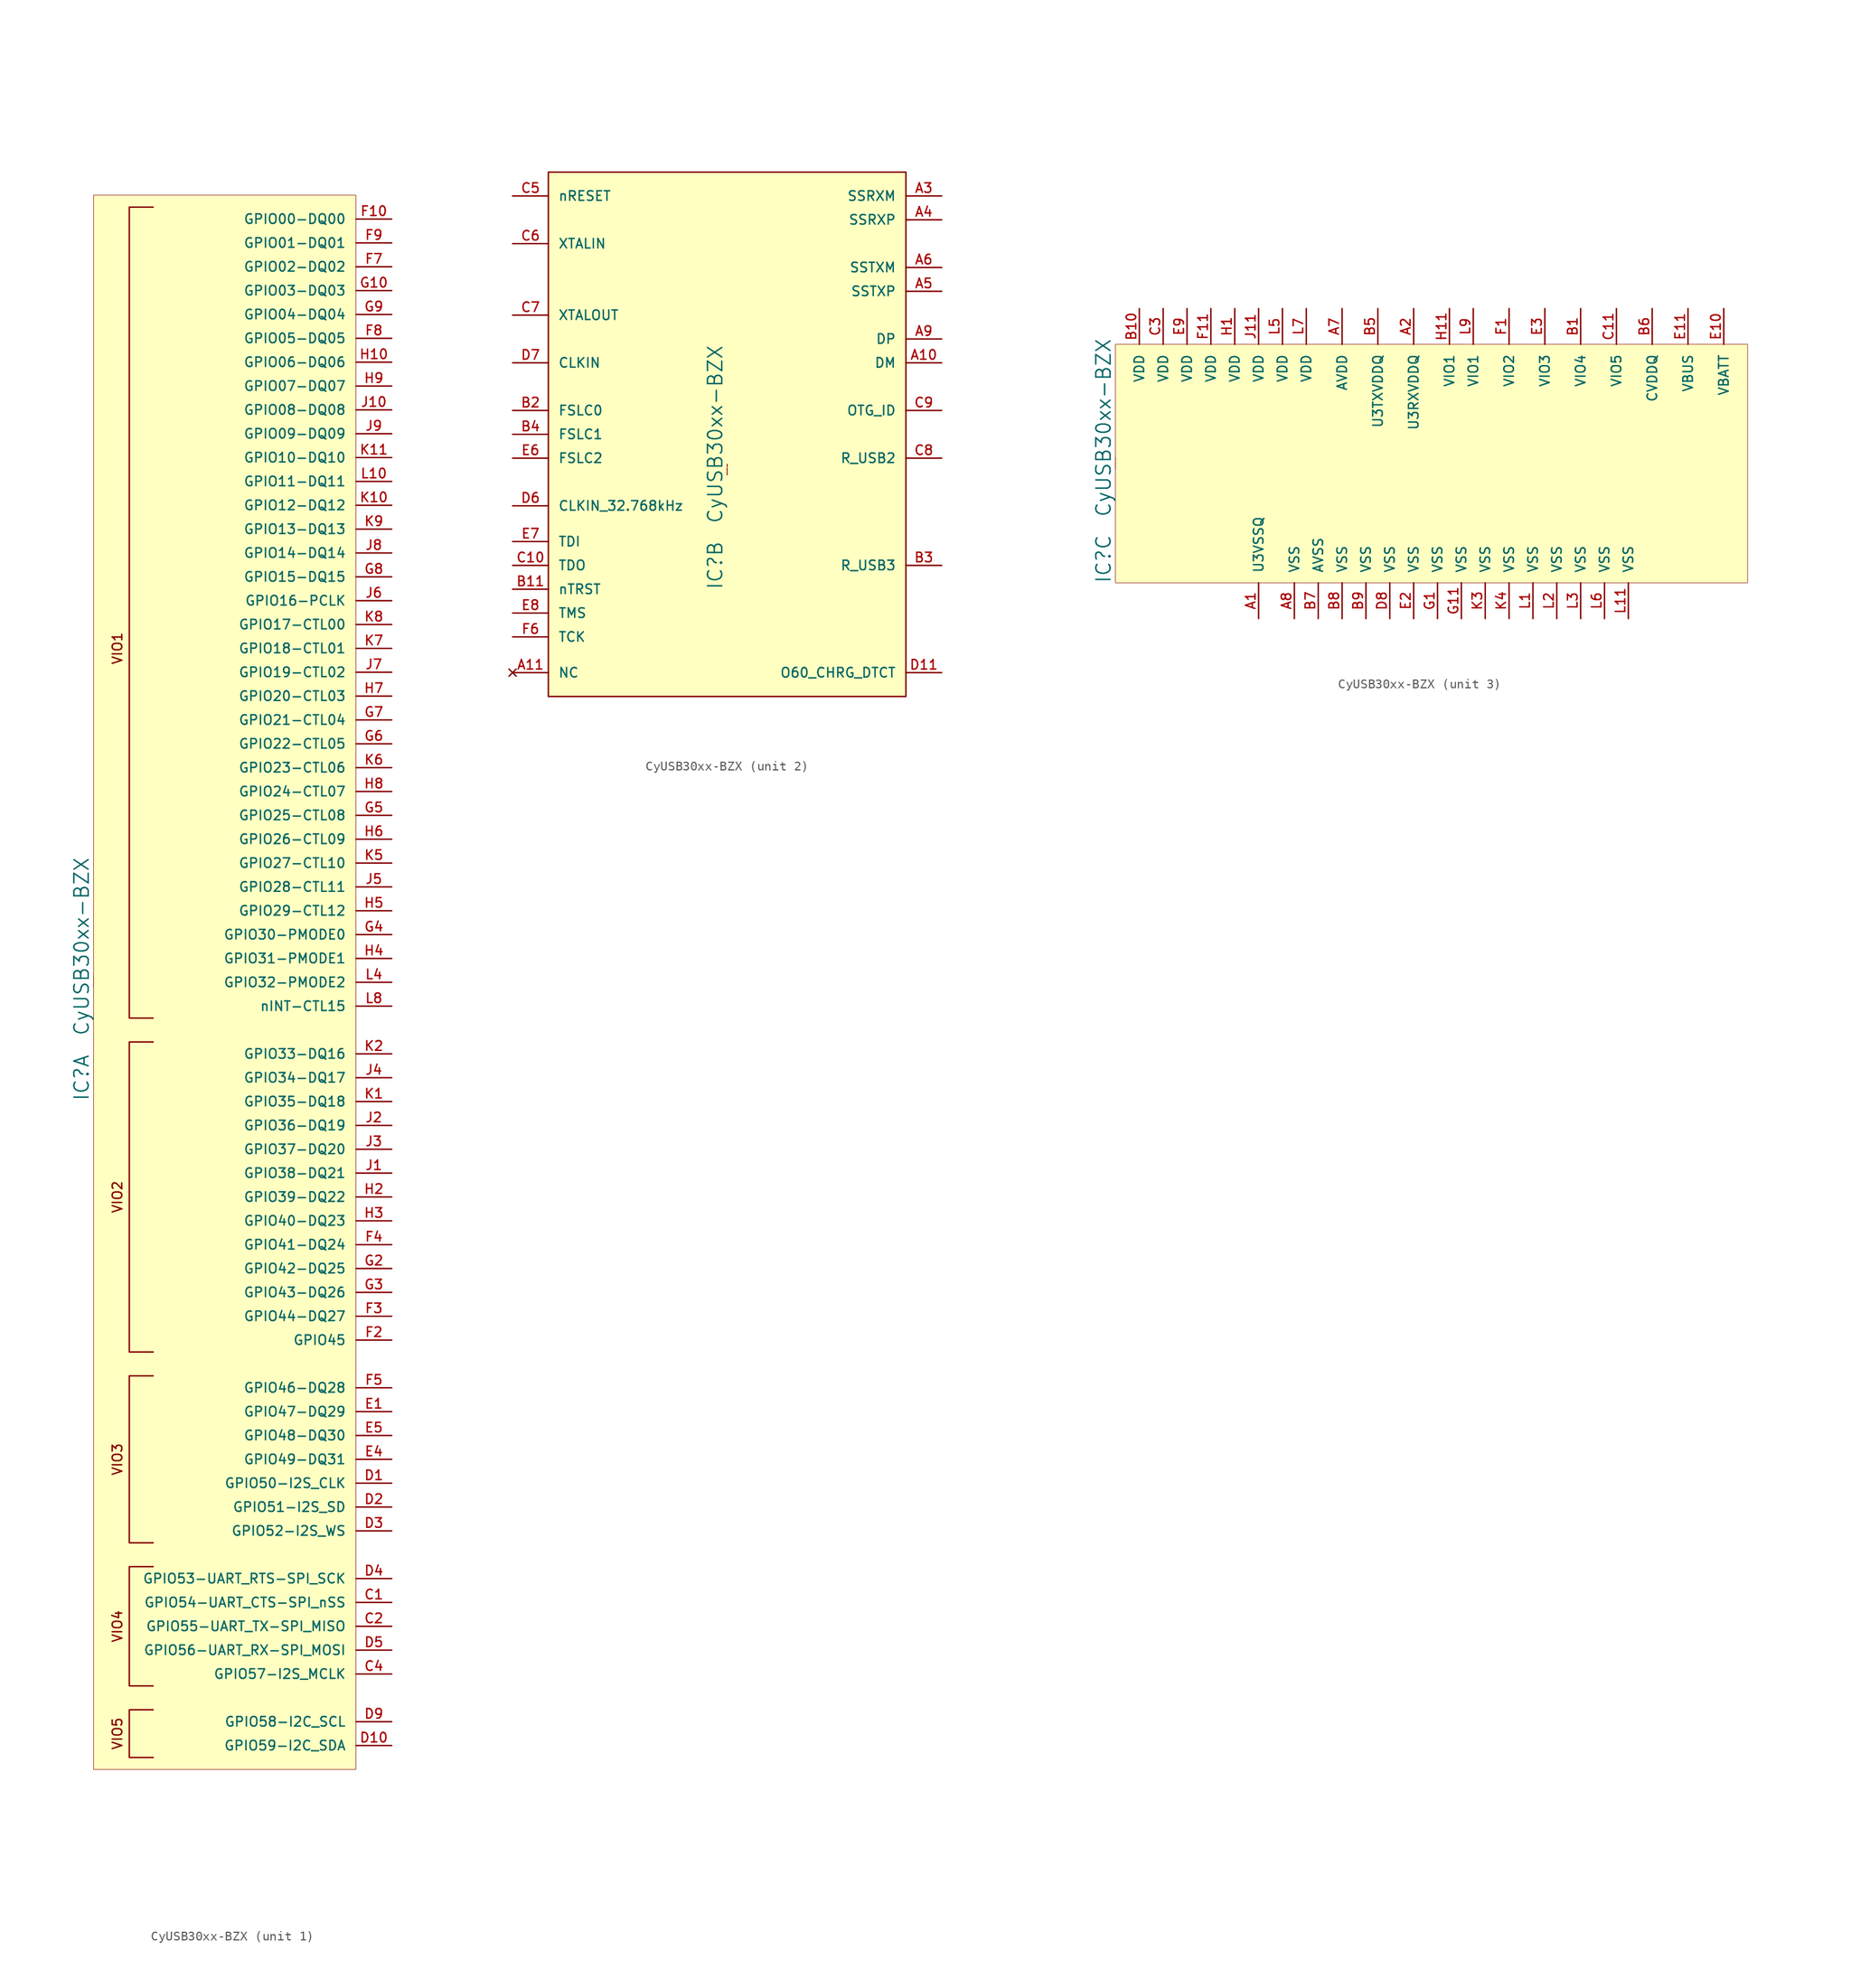
<source format=kicad_sym>
(kicad_symbol_lib
  (version 20231120)
  (generator "kicad_symbol_editor")
  (generator_version "8.0")
  (symbol "CyUSB30xx-BZX"
    (pin_names
      (offset 1.016))
    (property "Reference" "IC"
      (at -1.27 -10.16 90)
      (effects (font (size 1.524 1.524))))
    (property "Value" "CyUSB30xx-BZX"
      (at -1.27 3.81 90)
      (effects (font (size 1.524 1.524))))
    (property "Footprint" ""
      (at 10.16 39.37 0)
      (effects (font (size 1.524 1.524))))
    (property "Datasheet" ""
      (at 10.16 39.37 0)
      (effects (font (size 1.524 1.524))))
    (symbol "CyUSB30xx-BZX_0_0"
      (text "Schematic Symbol Drawn By Opendous Inc. www.opendous.org" (at 0 0.051 900) (effects (font (size 0.025 0.025)))))
    (symbol "CyUSB30xx-BZX_1_0"
      (polyline (pts (xy 6.35 -77.47) (xy 3.81 -77.47) (xy 3.81 -82.55) (xy 6.35 -82.55)) (stroke (width 0.152) (type solid)) (fill (type none)))
      (polyline (pts (xy 6.35 -62.23) (xy 3.81 -62.23) (xy 3.81 -74.93) (xy 6.35 -74.93)) (stroke (width 0) (type solid)) (fill (type none)))
      (polyline (pts (xy 6.35 -59.69) (xy 3.81 -59.69) (xy 3.81 -41.91) (xy 6.35 -41.91)) (stroke (width 0) (type solid)) (fill (type none)))
      (polyline (pts (xy 6.35 -39.37) (xy 3.81 -39.37) (xy 3.81 -6.35) (xy 6.35 -6.35)) (stroke (width 0) (type solid)) (fill (type none)))
      (polyline (pts (xy 6.35 -3.81) (xy 3.81 -3.81) (xy 3.81 82.55) (xy 6.35 82.55)) (stroke (width 0) (type solid)) (fill (type none)))
      (text "VIO1" (at 2.54 35.56 900) (effects (font (size 1.016 1.016))))
      (text "VIO2" (at 2.54 -22.86 900) (effects (font (size 1.016 1.016))))
      (text "VIO3" (at 2.54 -50.8 900) (effects (font (size 1.016 1.016))))
      (text "VIO4" (at 2.54 -68.58 900) (effects (font (size 1.016 1.016))))
      (text "VIO5" (at 2.54 -80.01 900) (effects (font (size 1.016 1.016)))))
    (symbol "CyUSB30xx-BZX_1_1"
      (rectangle (start 27.94 83.82) (end 0 -83.82) (stroke (width 0.051) (type solid)) (fill (type background)))
      (pin bidirectional line (at 31.75 -66.04 180) (length 3.81) (name "GPIO54-UART_CTS-SPI_nSS" (effects (font (size 1.016 1.016)))) (number "C1" (effects (font (size 1.016 1.016)))))
      (pin bidirectional line (at 31.75 -68.58 180) (length 3.81) (name "GPIO55-UART_TX-SPI_MISO" (effects (font (size 1.016 1.016)))) (number "C2" (effects (font (size 1.016 1.016)))))
      (pin bidirectional line (at 31.75 -73.66 180) (length 3.81) (name "GPIO57-I2S_MCLK" (effects (font (size 1.016 1.016)))) (number "C4" (effects (font (size 1.016 1.016)))))
      (pin bidirectional line (at 31.75 -53.34 180) (length 3.81) (name "GPIO50-I2S_CLK" (effects (font (size 1.016 1.016)))) (number "D1" (effects (font (size 1.016 1.016)))))
      (pin bidirectional line (at 31.75 -81.28 180) (length 3.81) (name "GPIO59-I2C_SDA" (effects (font (size 1.016 1.016)))) (number "D10" (effects (font (size 1.016 1.016)))))
      (pin bidirectional line (at 31.75 -55.88 180) (length 3.81) (name "GPIO51-I2S_SD" (effects (font (size 1.016 1.016)))) (number "D2" (effects (font (size 1.016 1.016)))))
      (pin bidirectional line (at 31.75 -58.42 180) (length 3.81) (name "GPIO52-I2S_WS" (effects (font (size 1.016 1.016)))) (number "D3" (effects (font (size 1.016 1.016)))))
      (pin bidirectional line (at 31.75 -63.5 180) (length 3.81) (name "GPIO53-UART_RTS-SPI_SCK" (effects (font (size 1.016 1.016)))) (number "D4" (effects (font (size 1.016 1.016)))))
      (pin bidirectional line (at 31.75 -71.12 180) (length 3.81) (name "GPIO56-UART_RX-SPI_MOSI" (effects (font (size 1.016 1.016)))) (number "D5" (effects (font (size 1.016 1.016)))))
      (pin bidirectional line (at 31.75 -78.74 180) (length 3.81) (name "GPIO58-I2C_SCL" (effects (font (size 1.016 1.016)))) (number "D9" (effects (font (size 1.016 1.016)))))
      (pin bidirectional line (at 31.75 -45.72 180) (length 3.81) (name "GPIO47-DQ29" (effects (font (size 1.016 1.016)))) (number "E1" (effects (font (size 1.016 1.016)))))
      (pin bidirectional line (at 31.75 -50.8 180) (length 3.81) (name "GPIO49-DQ31" (effects (font (size 1.016 1.016)))) (number "E4" (effects (font (size 1.016 1.016)))))
      (pin bidirectional line (at 31.75 -48.26 180) (length 3.81) (name "GPIO48-DQ30" (effects (font (size 1.016 1.016)))) (number "E5" (effects (font (size 1.016 1.016)))))
      (pin bidirectional line (at 31.75 81.28 180) (length 3.81) (name "GPIO00-DQ00" (effects (font (size 1.016 1.016)))) (number "F10" (effects (font (size 1.016 1.016)))))
      (pin bidirectional line (at 31.75 -38.1 180) (length 3.81) (name "GPIO45" (effects (font (size 1.016 1.016)))) (number "F2" (effects (font (size 1.016 1.016)))))
      (pin bidirectional line (at 31.75 -35.56 180) (length 3.81) (name "GPIO44-DQ27" (effects (font (size 1.016 1.016)))) (number "F3" (effects (font (size 1.016 1.016)))))
      (pin bidirectional line (at 31.75 -27.94 180) (length 3.81) (name "GPIO41-DQ24" (effects (font (size 1.016 1.016)))) (number "F4" (effects (font (size 1.016 1.016)))))
      (pin bidirectional line (at 31.75 -43.18 180) (length 3.81) (name "GPIO46-DQ28" (effects (font (size 1.016 1.016)))) (number "F5" (effects (font (size 1.016 1.016)))))
      (pin bidirectional line (at 31.75 76.2 180) (length 3.81) (name "GPIO02-DQ02" (effects (font (size 1.016 1.016)))) (number "F7" (effects (font (size 1.016 1.016)))))
      (pin bidirectional line (at 31.75 68.58 180) (length 3.81) (name "GPIO05-DQ05" (effects (font (size 1.016 1.016)))) (number "F8" (effects (font (size 1.016 1.016)))))
      (pin bidirectional line (at 31.75 78.74 180) (length 3.81) (name "GPIO01-DQ01" (effects (font (size 1.016 1.016)))) (number "F9" (effects (font (size 1.016 1.016)))))
      (pin bidirectional line (at 31.75 73.66 180) (length 3.81) (name "GPIO03-DQ03" (effects (font (size 1.016 1.016)))) (number "G10" (effects (font (size 1.016 1.016)))))
      (pin bidirectional line (at 31.75 -30.48 180) (length 3.81) (name "GPIO42-DQ25" (effects (font (size 1.016 1.016)))) (number "G2" (effects (font (size 1.016 1.016)))))
      (pin bidirectional line (at 31.75 -33.02 180) (length 3.81) (name "GPIO43-DQ26" (effects (font (size 1.016 1.016)))) (number "G3" (effects (font (size 1.016 1.016)))))
      (pin bidirectional line (at 31.75 5.08 180) (length 3.81) (name "GPIO30-PMODE0" (effects (font (size 1.016 1.016)))) (number "G4" (effects (font (size 1.016 1.016)))))
      (pin bidirectional line (at 31.75 17.78 180) (length 3.81) (name "GPIO25-CTL08" (effects (font (size 1.016 1.016)))) (number "G5" (effects (font (size 1.016 1.016)))))
      (pin bidirectional line (at 31.75 25.4 180) (length 3.81) (name "GPIO22-CTL05" (effects (font (size 1.016 1.016)))) (number "G6" (effects (font (size 1.016 1.016)))))
      (pin bidirectional line (at 31.75 27.94 180) (length 3.81) (name "GPIO21-CTL04" (effects (font (size 1.016 1.016)))) (number "G7" (effects (font (size 1.016 1.016)))))
      (pin bidirectional line (at 31.75 43.18 180) (length 3.81) (name "GPIO15-DQ15" (effects (font (size 1.016 1.016)))) (number "G8" (effects (font (size 1.016 1.016)))))
      (pin bidirectional line (at 31.75 71.12 180) (length 3.81) (name "GPIO04-DQ04" (effects (font (size 1.016 1.016)))) (number "G9" (effects (font (size 1.016 1.016)))))
      (pin bidirectional line (at 31.75 66.04 180) (length 3.81) (name "GPIO06-DQ06" (effects (font (size 1.016 1.016)))) (number "H10" (effects (font (size 1.016 1.016)))))
      (pin bidirectional line (at 31.75 -22.86 180) (length 3.81) (name "GPIO39-DQ22" (effects (font (size 1.016 1.016)))) (number "H2" (effects (font (size 1.016 1.016)))))
      (pin bidirectional line (at 31.75 -25.4 180) (length 3.81) (name "GPIO40-DQ23" (effects (font (size 1.016 1.016)))) (number "H3" (effects (font (size 1.016 1.016)))))
      (pin bidirectional line (at 31.75 2.54 180) (length 3.81) (name "GPIO31-PMODE1" (effects (font (size 1.016 1.016)))) (number "H4" (effects (font (size 1.016 1.016)))))
      (pin bidirectional line (at 31.75 7.62 180) (length 3.81) (name "GPIO29-CTL12" (effects (font (size 1.016 1.016)))) (number "H5" (effects (font (size 1.016 1.016)))))
      (pin bidirectional line (at 31.75 15.24 180) (length 3.81) (name "GPIO26-CTL09" (effects (font (size 1.016 1.016)))) (number "H6" (effects (font (size 1.016 1.016)))))
      (pin bidirectional line (at 31.75 30.48 180) (length 3.81) (name "GPIO20-CTL03" (effects (font (size 1.016 1.016)))) (number "H7" (effects (font (size 1.016 1.016)))))
      (pin bidirectional line (at 31.75 20.32 180) (length 3.81) (name "GPIO24-CTL07" (effects (font (size 1.016 1.016)))) (number "H8" (effects (font (size 1.016 1.016)))))
      (pin bidirectional line (at 31.75 63.5 180) (length 3.81) (name "GPIO07-DQ07" (effects (font (size 1.016 1.016)))) (number "H9" (effects (font (size 1.016 1.016)))))
      (pin bidirectional line (at 31.75 -20.32 180) (length 3.81) (name "GPIO38-DQ21" (effects (font (size 1.016 1.016)))) (number "J1" (effects (font (size 1.016 1.016)))))
      (pin bidirectional line (at 31.75 60.96 180) (length 3.81) (name "GPIO08-DQ08" (effects (font (size 1.016 1.016)))) (number "J10" (effects (font (size 1.016 1.016)))))
      (pin bidirectional line (at 31.75 -15.24 180) (length 3.81) (name "GPIO36-DQ19" (effects (font (size 1.016 1.016)))) (number "J2" (effects (font (size 1.016 1.016)))))
      (pin bidirectional line (at 31.75 -17.78 180) (length 3.81) (name "GPIO37-DQ20" (effects (font (size 1.016 1.016)))) (number "J3" (effects (font (size 1.016 1.016)))))
      (pin bidirectional line (at 31.75 -10.16 180) (length 3.81) (name "GPIO34-DQ17" (effects (font (size 1.016 1.016)))) (number "J4" (effects (font (size 1.016 1.016)))))
      (pin bidirectional line (at 31.75 10.16 180) (length 3.81) (name "GPIO28-CTL11" (effects (font (size 1.016 1.016)))) (number "J5" (effects (font (size 1.016 1.016)))))
      (pin bidirectional line (at 31.75 40.64 180) (length 3.81) (name "GPIO16-PCLK" (effects (font (size 1.016 1.016)))) (number "J6" (effects (font (size 1.016 1.016)))))
      (pin bidirectional line (at 31.75 33.02 180) (length 3.81) (name "GPIO19-CTL02" (effects (font (size 1.016 1.016)))) (number "J7" (effects (font (size 1.016 1.016)))))
      (pin bidirectional line (at 31.75 45.72 180) (length 3.81) (name "GPIO14-DQ14" (effects (font (size 1.016 1.016)))) (number "J8" (effects (font (size 1.016 1.016)))))
      (pin bidirectional line (at 31.75 58.42 180) (length 3.81) (name "GPIO09-DQ09" (effects (font (size 1.016 1.016)))) (number "J9" (effects (font (size 1.016 1.016)))))
      (pin bidirectional line (at 31.75 -12.7 180) (length 3.81) (name "GPIO35-DQ18" (effects (font (size 1.016 1.016)))) (number "K1" (effects (font (size 1.016 1.016)))))
      (pin bidirectional line (at 31.75 50.8 180) (length 3.81) (name "GPIO12-DQ12" (effects (font (size 1.016 1.016)))) (number "K10" (effects (font (size 1.016 1.016)))))
      (pin bidirectional line (at 31.75 55.88 180) (length 3.81) (name "GPIO10-DQ10" (effects (font (size 1.016 1.016)))) (number "K11" (effects (font (size 1.016 1.016)))))
      (pin bidirectional line (at 31.75 -7.62 180) (length 3.81) (name "GPIO33-DQ16" (effects (font (size 1.016 1.016)))) (number "K2" (effects (font (size 1.016 1.016)))))
      (pin bidirectional line (at 31.75 12.7 180) (length 3.81) (name "GPIO27-CTL10" (effects (font (size 1.016 1.016)))) (number "K5" (effects (font (size 1.016 1.016)))))
      (pin bidirectional line (at 31.75 22.86 180) (length 3.81) (name "GPIO23-CTL06" (effects (font (size 1.016 1.016)))) (number "K6" (effects (font (size 1.016 1.016)))))
      (pin bidirectional line (at 31.75 35.56 180) (length 3.81) (name "GPIO18-CTL01" (effects (font (size 1.016 1.016)))) (number "K7" (effects (font (size 1.016 1.016)))))
      (pin bidirectional line (at 31.75 38.1 180) (length 3.81) (name "GPIO17-CTL00" (effects (font (size 1.016 1.016)))) (number "K8" (effects (font (size 1.016 1.016)))))
      (pin bidirectional line (at 31.75 48.26 180) (length 3.81) (name "GPIO13-DQ13" (effects (font (size 1.016 1.016)))) (number "K9" (effects (font (size 1.016 1.016)))))
      (pin bidirectional line (at 31.75 53.34 180) (length 3.81) (name "GPIO11-DQ11" (effects (font (size 1.016 1.016)))) (number "L10" (effects (font (size 1.016 1.016)))))
      (pin bidirectional line (at 31.75 0 180) (length 3.81) (name "GPIO32-PMODE2" (effects (font (size 1.016 1.016)))) (number "L4" (effects (font (size 1.016 1.016)))))
      (pin bidirectional line (at 31.75 -2.54 180) (length 3.81) (name "nINT-CTL15" (effects (font (size 1.016 1.016)))) (number "L8" (effects (font (size 1.016 1.016))))))
    (symbol "CyUSB30xx-BZX_2_0"
      (rectangle (start 19.05 31.75) (end -19.05 -24.13) (stroke (width 0.152) (type solid)) (fill (type background))))
    (symbol "CyUSB30xx-BZX_2_1"
      (pin bidirectional line (at 22.86 11.43 180) (length 3.81) (name "DM" (effects (font (size 1.016 1.016)))) (number "A10" (effects (font (size 1.016 1.016)))))
      (pin no_connect line (at -22.86 -21.59 0) (length 3.81) (name "NC" (effects (font (size 1.016 1.016)))) (number "A11" (effects (font (size 1.016 1.016)))))
      (pin input line (at 22.86 29.21 180) (length 3.81) (name "SSRXM" (effects (font (size 1.016 1.016)))) (number "A3" (effects (font (size 1.016 1.016)))))
      (pin input line (at 22.86 26.67 180) (length 3.81) (name "SSRXP" (effects (font (size 1.016 1.016)))) (number "A4" (effects (font (size 1.016 1.016)))))
      (pin output line (at 22.86 19.05 180) (length 3.81) (name "SSTXP" (effects (font (size 1.016 1.016)))) (number "A5" (effects (font (size 1.016 1.016)))))
      (pin output line (at 22.86 21.59 180) (length 3.81) (name "SSTXM" (effects (font (size 1.016 1.016)))) (number "A6" (effects (font (size 1.016 1.016)))))
      (pin bidirectional line (at 22.86 13.97 180) (length 3.81) (name "DP" (effects (font (size 1.016 1.016)))) (number "A9" (effects (font (size 1.016 1.016)))))
      (pin input line (at -22.86 -12.7 0) (length 3.81) (name "nTRST" (effects (font (size 1.016 1.016)))) (number "B11" (effects (font (size 1.016 1.016)))))
      (pin input line (at -22.86 6.35 0) (length 3.81) (name "FSLC0" (effects (font (size 1.016 1.016)))) (number "B2" (effects (font (size 1.016 1.016)))))
      (pin passive line (at 22.86 -10.16 180) (length 3.81) (name "R_USB3" (effects (font (size 1.016 1.016)))) (number "B3" (effects (font (size 1.016 1.016)))))
      (pin input line (at -22.86 3.81 0) (length 3.81) (name "FSLC1" (effects (font (size 1.016 1.016)))) (number "B4" (effects (font (size 1.016 1.016)))))
      (pin output line (at -22.86 -10.16 0) (length 3.81) (name "TDO" (effects (font (size 1.016 1.016)))) (number "C10" (effects (font (size 1.016 1.016)))))
      (pin input line (at -22.86 29.21 0) (length 3.81) (name "nRESET" (effects (font (size 1.016 1.016)))) (number "C5" (effects (font (size 1.016 1.016)))))
      (pin bidirectional line (at -22.86 24.13 0) (length 3.81) (name "XTALIN" (effects (font (size 1.016 1.016)))) (number "C6" (effects (font (size 1.016 1.016)))))
      (pin bidirectional line (at -22.86 16.51 0) (length 3.81) (name "XTALOUT" (effects (font (size 1.016 1.016)))) (number "C7" (effects (font (size 1.016 1.016)))))
      (pin passive line (at 22.86 1.27 180) (length 3.81) (name "R_USB2" (effects (font (size 1.016 1.016)))) (number "C8" (effects (font (size 1.016 1.016)))))
      (pin input line (at 22.86 6.35 180) (length 3.81) (name "OTG_ID" (effects (font (size 1.016 1.016)))) (number "C9" (effects (font (size 1.016 1.016)))))
      (pin output line (at 22.86 -21.59 180) (length 3.81) (name "O60_CHRG_DTCT" (effects (font (size 1.016 1.016)))) (number "D11" (effects (font (size 1.016 1.016)))))
      (pin input line (at -22.86 -3.81 0) (length 3.81) (name "CLKIN_32.768kHz" (effects (font (size 1.016 1.016)))) (number "D6" (effects (font (size 1.016 1.016)))))
      (pin input line (at -22.86 11.43 0) (length 3.81) (name "CLKIN" (effects (font (size 1.016 1.016)))) (number "D7" (effects (font (size 1.016 1.016)))))
      (pin input line (at -22.86 1.27 0) (length 3.81) (name "FSLC2" (effects (font (size 1.016 1.016)))) (number "E6" (effects (font (size 1.016 1.016)))))
      (pin input line (at -22.86 -7.62 0) (length 3.81) (name "TDI" (effects (font (size 1.016 1.016)))) (number "E7" (effects (font (size 1.016 1.016)))))
      (pin input line (at -22.86 -15.24 0) (length 3.81) (name "TMS" (effects (font (size 1.016 1.016)))) (number "E8" (effects (font (size 1.016 1.016)))))
      (pin input line (at -22.86 -17.78 0) (length 3.81) (name "TCK" (effects (font (size 1.016 1.016)))) (number "F6" (effects (font (size 1.016 1.016))))))
    (symbol "CyUSB30xx-BZX_3_1"
      (rectangle (start 67.31 12.7) (end 0 -12.7) (stroke (width 0.051) (type solid)) (fill (type background)))
      (pin power_in line (at 15.24 -16.51 90) (length 3.81) (name "U3VSSQ" (effects (font (size 1.016 1.016)))) (number "A1" (effects (font (size 1.016 1.016)))))
      (pin power_in line (at 31.75 16.51 270) (length 3.81) (name "U3RXVDDQ" (effects (font (size 1.016 1.016)))) (number "A2" (effects (font (size 1.016 1.016)))))
      (pin power_in line (at 24.13 16.51 270) (length 3.81) (name "AVDD" (effects (font (size 1.016 1.016)))) (number "A7" (effects (font (size 1.016 1.016)))))
      (pin power_in line (at 19.05 -16.51 90) (length 3.81) (name "VSS" (effects (font (size 1.016 1.016)))) (number "A8" (effects (font (size 1.016 1.016)))))
      (pin power_in line (at 49.53 16.51 270) (length 3.81) (name "VIO4" (effects (font (size 1.016 1.016)))) (number "B1" (effects (font (size 1.016 1.016)))))
      (pin power_in line (at 2.54 16.51 270) (length 3.81) (name "VDD" (effects (font (size 1.016 1.016)))) (number "B10" (effects (font (size 1.016 1.016)))))
      (pin power_in line (at 27.94 16.51 270) (length 3.81) (name "U3TXVDDQ" (effects (font (size 1.016 1.016)))) (number "B5" (effects (font (size 1.016 1.016)))))
      (pin power_in line (at 57.15 16.51 270) (length 3.81) (name "CVDDQ" (effects (font (size 1.016 1.016)))) (number "B6" (effects (font (size 1.016 1.016)))))
      (pin power_in line (at 21.59 -16.51 90) (length 3.81) (name "AVSS" (effects (font (size 1.016 1.016)))) (number "B7" (effects (font (size 1.016 1.016)))))
      (pin power_in line (at 24.13 -16.51 90) (length 3.81) (name "VSS" (effects (font (size 1.016 1.016)))) (number "B8" (effects (font (size 1.016 1.016)))))
      (pin power_in line (at 26.67 -16.51 90) (length 3.81) (name "VSS" (effects (font (size 1.016 1.016)))) (number "B9" (effects (font (size 1.016 1.016)))))
      (pin power_in line (at 53.34 16.51 270) (length 3.81) (name "VIO5" (effects (font (size 1.016 1.016)))) (number "C11" (effects (font (size 1.016 1.016)))))
      (pin power_in line (at 5.08 16.51 270) (length 3.81) (name "VDD" (effects (font (size 1.016 1.016)))) (number "C3" (effects (font (size 1.016 1.016)))))
      (pin power_in line (at 29.21 -16.51 90) (length 3.81) (name "VSS" (effects (font (size 1.016 1.016)))) (number "D8" (effects (font (size 1.016 1.016)))))
      (pin power_in line (at 64.77 16.51 270) (length 3.81) (name "VBATT" (effects (font (size 1.016 1.016)))) (number "E10" (effects (font (size 1.016 1.016)))))
      (pin power_in line (at 60.96 16.51 270) (length 3.81) (name "VBUS" (effects (font (size 1.016 1.016)))) (number "E11" (effects (font (size 1.016 1.016)))))
      (pin power_in line (at 31.75 -16.51 90) (length 3.81) (name "VSS" (effects (font (size 1.016 1.016)))) (number "E2" (effects (font (size 1.016 1.016)))))
      (pin power_in line (at 45.72 16.51 270) (length 3.81) (name "VIO3" (effects (font (size 1.016 1.016)))) (number "E3" (effects (font (size 1.016 1.016)))))
      (pin power_in line (at 7.62 16.51 270) (length 3.81) (name "VDD" (effects (font (size 1.016 1.016)))) (number "E9" (effects (font (size 1.016 1.016)))))
      (pin power_in line (at 41.91 16.51 270) (length 3.81) (name "VIO2" (effects (font (size 1.016 1.016)))) (number "F1" (effects (font (size 1.016 1.016)))))
      (pin power_in line (at 10.16 16.51 270) (length 3.81) (name "VDD" (effects (font (size 1.016 1.016)))) (number "F11" (effects (font (size 1.016 1.016)))))
      (pin power_in line (at 34.29 -16.51 90) (length 3.81) (name "VSS" (effects (font (size 1.016 1.016)))) (number "G1" (effects (font (size 1.016 1.016)))))
      (pin power_in line (at 36.83 -16.51 90) (length 3.81) (name "VSS" (effects (font (size 1.016 1.016)))) (number "G11" (effects (font (size 1.016 1.016)))))
      (pin power_in line (at 12.7 16.51 270) (length 3.81) (name "VDD" (effects (font (size 1.016 1.016)))) (number "H1" (effects (font (size 1.016 1.016)))))
      (pin power_in line (at 35.56 16.51 270) (length 3.81) (name "VIO1" (effects (font (size 1.016 1.016)))) (number "H11" (effects (font (size 1.016 1.016)))))
      (pin power_in line (at 15.24 16.51 270) (length 3.81) (name "VDD" (effects (font (size 1.016 1.016)))) (number "J11" (effects (font (size 1.016 1.016)))))
      (pin power_in line (at 39.37 -16.51 90) (length 3.81) (name "VSS" (effects (font (size 1.016 1.016)))) (number "K3" (effects (font (size 1.016 1.016)))))
      (pin power_in line (at 41.91 -16.51 90) (length 3.81) (name "VSS" (effects (font (size 1.016 1.016)))) (number "K4" (effects (font (size 1.016 1.016)))))
      (pin power_in line (at 44.45 -16.51 90) (length 3.81) (name "VSS" (effects (font (size 1.016 1.016)))) (number "L1" (effects (font (size 1.016 1.016)))))
      (pin power_in line (at 54.61 -16.51 90) (length 3.81) (name "VSS" (effects (font (size 1.016 1.016)))) (number "L11" (effects (font (size 1.016 1.016)))))
      (pin power_in line (at 46.99 -16.51 90) (length 3.81) (name "VSS" (effects (font (size 1.016 1.016)))) (number "L2" (effects (font (size 1.016 1.016)))))
      (pin power_in line (at 49.53 -16.51 90) (length 3.81) (name "VSS" (effects (font (size 1.016 1.016)))) (number "L3" (effects (font (size 1.016 1.016)))))
      (pin power_in line (at 17.78 16.51 270) (length 3.81) (name "VDD" (effects (font (size 1.016 1.016)))) (number "L5" (effects (font (size 1.016 1.016)))))
      (pin power_in line (at 52.07 -16.51 90) (length 3.81) (name "VSS" (effects (font (size 1.016 1.016)))) (number "L6" (effects (font (size 1.016 1.016)))))
      (pin power_in line (at 20.32 16.51 270) (length 3.81) (name "VDD" (effects (font (size 1.016 1.016)))) (number "L7" (effects (font (size 1.016 1.016)))))
      (pin power_in line (at 38.1 16.51 270) (length 3.81) (name "VIO1" (effects (font (size 1.016 1.016)))) (number "L9" (effects (font (size 1.016 1.016))))))))
</source>
